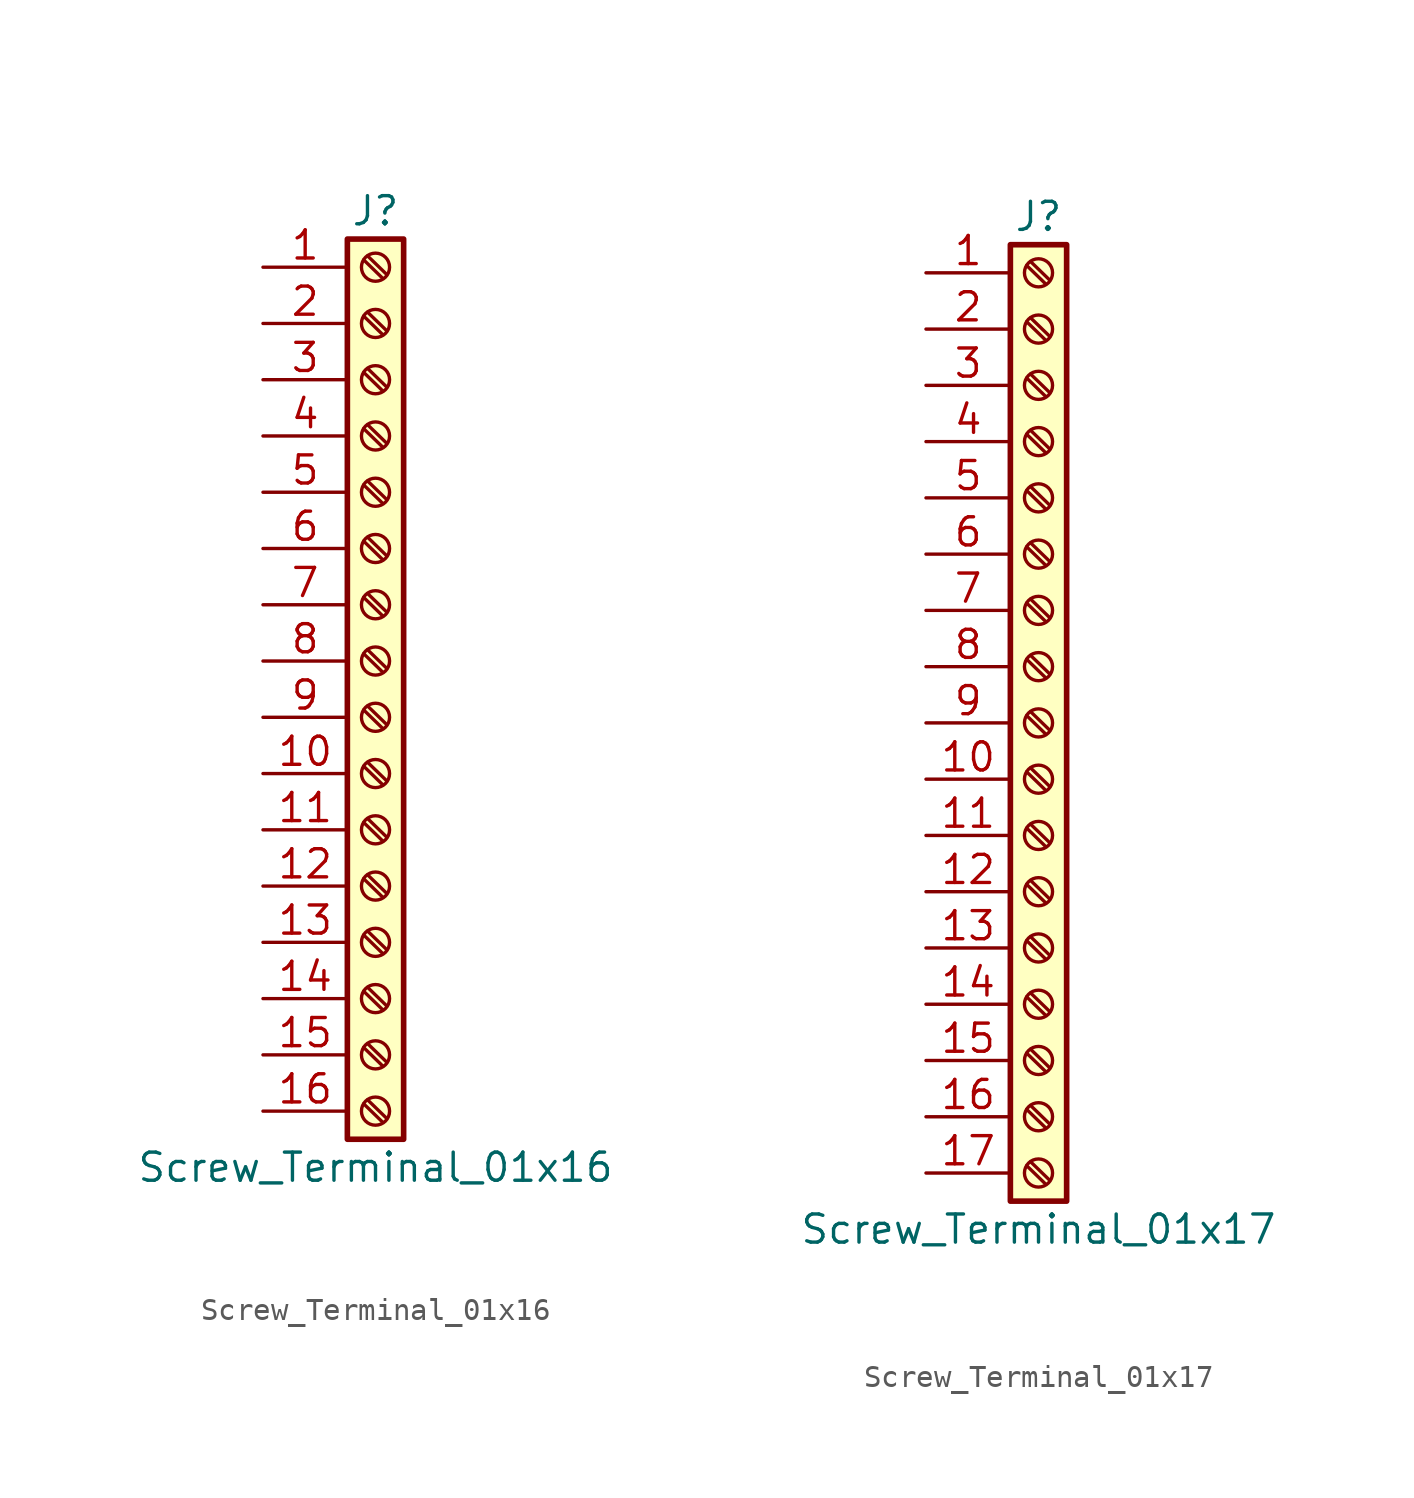
<source format=kicad_sym>
(kicad_symbol_lib
  (version 20220914)
  (generator kicad_symbol_editor)
  (symbol "Screw_Terminal_01x16"
    (pin_names
      (offset 1.016) hide)
    (property "Reference" "J"
      (at 0 20.32 0)
      (effects (font (size 1.27 1.27))))
    (property "Value" "Screw_Terminal_01x16"
      (at 0 -22.86 0)
      (effects (font (size 1.27 1.27))))
    (symbol "Screw_Terminal_01x16_1_1"
      (rectangle (start -1.27 19.05) (end 1.27 -21.59) (stroke (width 0.254) (type default)) (fill (type background)))
      (circle (center 0 -20.32) (radius 0.635) (stroke (width 0.152) (type default)) (fill (type none)))
      (circle (center 0 -17.78) (radius 0.635) (stroke (width 0.152) (type default)) (fill (type none)))
      (circle (center 0 -15.24) (radius 0.635) (stroke (width 0.152) (type default)) (fill (type none)))
      (circle (center 0 -12.7) (radius 0.635) (stroke (width 0.152) (type default)) (fill (type none)))
      (circle (center 0 -10.16) (radius 0.635) (stroke (width 0.152) (type default)) (fill (type none)))
      (circle (center 0 -7.62) (radius 0.635) (stroke (width 0.152) (type default)) (fill (type none)))
      (circle (center 0 -5.08) (radius 0.635) (stroke (width 0.152) (type default)) (fill (type none)))
      (circle (center 0 -2.54) (radius 0.635) (stroke (width 0.152) (type default)) (fill (type none)))
      (polyline (pts (xy -0.533 -19.99) (xy 0.33 -20.828)) (stroke (width 0.152) (type default)) (fill (type none)))
      (polyline (pts (xy -0.533 -17.45) (xy 0.33 -18.288)) (stroke (width 0.152) (type default)) (fill (type none)))
      (polyline (pts (xy -0.533 -14.91) (xy 0.33 -15.748)) (stroke (width 0.152) (type default)) (fill (type none)))
      (polyline (pts (xy -0.533 -12.37) (xy 0.33 -13.208)) (stroke (width 0.152) (type default)) (fill (type none)))
      (polyline (pts (xy -0.533 -9.83) (xy 0.33 -10.668)) (stroke (width 0.152) (type default)) (fill (type none)))
      (polyline (pts (xy -0.533 -7.29) (xy 0.33 -8.128)) (stroke (width 0.152) (type default)) (fill (type none)))
      (polyline (pts (xy -0.533 -4.75) (xy 0.33 -5.588)) (stroke (width 0.152) (type default)) (fill (type none)))
      (polyline (pts (xy -0.533 -2.21) (xy 0.33 -3.048)) (stroke (width 0.152) (type default)) (fill (type none)))
      (polyline (pts (xy -0.533 0.33) (xy 0.33 -0.508)) (stroke (width 0.152) (type default)) (fill (type none)))
      (polyline (pts (xy -0.533 2.87) (xy 0.33 2.032)) (stroke (width 0.152) (type default)) (fill (type none)))
      (polyline (pts (xy -0.533 5.41) (xy 0.33 4.572)) (stroke (width 0.152) (type default)) (fill (type none)))
      (polyline (pts (xy -0.533 7.95) (xy 0.33 7.112)) (stroke (width 0.152) (type default)) (fill (type none)))
      (polyline (pts (xy -0.533 10.49) (xy 0.33 9.652)) (stroke (width 0.152) (type default)) (fill (type none)))
      (polyline (pts (xy -0.533 13.03) (xy 0.33 12.192)) (stroke (width 0.152) (type default)) (fill (type none)))
      (polyline (pts (xy -0.533 15.57) (xy 0.33 14.732)) (stroke (width 0.152) (type default)) (fill (type none)))
      (polyline (pts (xy -0.533 18.11) (xy 0.33 17.272)) (stroke (width 0.152) (type default)) (fill (type none)))
      (polyline (pts (xy -0.356 -19.812) (xy 0.508 -20.65)) (stroke (width 0.152) (type default)) (fill (type none)))
      (polyline (pts (xy -0.356 -17.272) (xy 0.508 -18.11)) (stroke (width 0.152) (type default)) (fill (type none)))
      (polyline (pts (xy -0.356 -14.732) (xy 0.508 -15.57)) (stroke (width 0.152) (type default)) (fill (type none)))
      (polyline (pts (xy -0.356 -12.192) (xy 0.508 -13.03)) (stroke (width 0.152) (type default)) (fill (type none)))
      (polyline (pts (xy -0.356 -9.652) (xy 0.508 -10.49)) (stroke (width 0.152) (type default)) (fill (type none)))
      (polyline (pts (xy -0.356 -7.112) (xy 0.508 -7.95)) (stroke (width 0.152) (type default)) (fill (type none)))
      (polyline (pts (xy -0.356 -4.572) (xy 0.508 -5.41)) (stroke (width 0.152) (type default)) (fill (type none)))
      (polyline (pts (xy -0.356 -2.032) (xy 0.508 -2.87)) (stroke (width 0.152) (type default)) (fill (type none)))
      (polyline (pts (xy -0.356 0.508) (xy 0.508 -0.33)) (stroke (width 0.152) (type default)) (fill (type none)))
      (polyline (pts (xy -0.356 3.048) (xy 0.508 2.21)) (stroke (width 0.152) (type default)) (fill (type none)))
      (polyline (pts (xy -0.356 5.588) (xy 0.508 4.75)) (stroke (width 0.152) (type default)) (fill (type none)))
      (polyline (pts (xy -0.356 8.128) (xy 0.508 7.29)) (stroke (width 0.152) (type default)) (fill (type none)))
      (polyline (pts (xy -0.356 10.668) (xy 0.508 9.83)) (stroke (width 0.152) (type default)) (fill (type none)))
      (polyline (pts (xy -0.356 13.208) (xy 0.508 12.37)) (stroke (width 0.152) (type default)) (fill (type none)))
      (polyline (pts (xy -0.356 15.748) (xy 0.508 14.91)) (stroke (width 0.152) (type default)) (fill (type none)))
      (polyline (pts (xy -0.356 18.288) (xy 0.508 17.45)) (stroke (width 0.152) (type default)) (fill (type none)))
      (circle (center 0 0) (radius 0.635) (stroke (width 0.152) (type default)) (fill (type none)))
      (circle (center 0 2.54) (radius 0.635) (stroke (width 0.152) (type default)) (fill (type none)))
      (circle (center 0 5.08) (radius 0.635) (stroke (width 0.152) (type default)) (fill (type none)))
      (circle (center 0 7.62) (radius 0.635) (stroke (width 0.152) (type default)) (fill (type none)))
      (circle (center 0 10.16) (radius 0.635) (stroke (width 0.152) (type default)) (fill (type none)))
      (circle (center 0 12.7) (radius 0.635) (stroke (width 0.152) (type default)) (fill (type none)))
      (circle (center 0 15.24) (radius 0.635) (stroke (width 0.152) (type default)) (fill (type none)))
      (circle (center 0 17.78) (radius 0.635) (stroke (width 0.152) (type default)) (fill (type none)))
      (pin passive line (at -5.08 17.78 0) (length 3.81) (name "Pin_1" (effects (font (size 1.27 1.27)))) (number "1" (effects (font (size 1.27 1.27)))))
      (pin passive line (at -5.08 -5.08 0) (length 3.81) (name "Pin_10" (effects (font (size 1.27 1.27)))) (number "10" (effects (font (size 1.27 1.27)))))
      (pin passive line (at -5.08 -7.62 0) (length 3.81) (name "Pin_11" (effects (font (size 1.27 1.27)))) (number "11" (effects (font (size 1.27 1.27)))))
      (pin passive line (at -5.08 -10.16 0) (length 3.81) (name "Pin_12" (effects (font (size 1.27 1.27)))) (number "12" (effects (font (size 1.27 1.27)))))
      (pin passive line (at -5.08 -12.7 0) (length 3.81) (name "Pin_13" (effects (font (size 1.27 1.27)))) (number "13" (effects (font (size 1.27 1.27)))))
      (pin passive line (at -5.08 -15.24 0) (length 3.81) (name "Pin_14" (effects (font (size 1.27 1.27)))) (number "14" (effects (font (size 1.27 1.27)))))
      (pin passive line (at -5.08 -17.78 0) (length 3.81) (name "Pin_15" (effects (font (size 1.27 1.27)))) (number "15" (effects (font (size 1.27 1.27)))))
      (pin passive line (at -5.08 -20.32 0) (length 3.81) (name "Pin_16" (effects (font (size 1.27 1.27)))) (number "16" (effects (font (size 1.27 1.27)))))
      (pin passive line (at -5.08 15.24 0) (length 3.81) (name "Pin_2" (effects (font (size 1.27 1.27)))) (number "2" (effects (font (size 1.27 1.27)))))
      (pin passive line (at -5.08 12.7 0) (length 3.81) (name "Pin_3" (effects (font (size 1.27 1.27)))) (number "3" (effects (font (size 1.27 1.27)))))
      (pin passive line (at -5.08 10.16 0) (length 3.81) (name "Pin_4" (effects (font (size 1.27 1.27)))) (number "4" (effects (font (size 1.27 1.27)))))
      (pin passive line (at -5.08 7.62 0) (length 3.81) (name "Pin_5" (effects (font (size 1.27 1.27)))) (number "5" (effects (font (size 1.27 1.27)))))
      (pin passive line (at -5.08 5.08 0) (length 3.81) (name "Pin_6" (effects (font (size 1.27 1.27)))) (number "6" (effects (font (size 1.27 1.27)))))
      (pin passive line (at -5.08 2.54 0) (length 3.81) (name "Pin_7" (effects (font (size 1.27 1.27)))) (number "7" (effects (font (size 1.27 1.27)))))
      (pin passive line (at -5.08 0 0) (length 3.81) (name "Pin_8" (effects (font (size 1.27 1.27)))) (number "8" (effects (font (size 1.27 1.27)))))
      (pin passive line (at -5.08 -2.54 0) (length 3.81) (name "Pin_9" (effects (font (size 1.27 1.27)))) (number "9" (effects (font (size 1.27 1.27)))))))
  (symbol "Screw_Terminal_01x17"
    (pin_names
      (offset 1.016) hide)
    (property "Reference" "J"
      (at 0 22.86 0)
      (effects (font (size 1.27 1.27))))
    (property "Value" "Screw_Terminal_01x17"
      (at 0 -22.86 0)
      (effects (font (size 1.27 1.27))))
    (symbol "Screw_Terminal_01x17_1_1"
      (rectangle (start -1.27 21.59) (end 1.27 -21.59) (stroke (width 0.254) (type default)) (fill (type background)))
      (circle (center 0 -20.32) (radius 0.635) (stroke (width 0.152) (type default)) (fill (type none)))
      (circle (center 0 -17.78) (radius 0.635) (stroke (width 0.152) (type default)) (fill (type none)))
      (circle (center 0 -15.24) (radius 0.635) (stroke (width 0.152) (type default)) (fill (type none)))
      (circle (center 0 -12.7) (radius 0.635) (stroke (width 0.152) (type default)) (fill (type none)))
      (circle (center 0 -10.16) (radius 0.635) (stroke (width 0.152) (type default)) (fill (type none)))
      (circle (center 0 -7.62) (radius 0.635) (stroke (width 0.152) (type default)) (fill (type none)))
      (circle (center 0 -5.08) (radius 0.635) (stroke (width 0.152) (type default)) (fill (type none)))
      (circle (center 0 -2.54) (radius 0.635) (stroke (width 0.152) (type default)) (fill (type none)))
      (polyline (pts (xy -0.533 -19.99) (xy 0.33 -20.828)) (stroke (width 0.152) (type default)) (fill (type none)))
      (polyline (pts (xy -0.533 -17.45) (xy 0.33 -18.288)) (stroke (width 0.152) (type default)) (fill (type none)))
      (polyline (pts (xy -0.533 -14.91) (xy 0.33 -15.748)) (stroke (width 0.152) (type default)) (fill (type none)))
      (polyline (pts (xy -0.533 -12.37) (xy 0.33 -13.208)) (stroke (width 0.152) (type default)) (fill (type none)))
      (polyline (pts (xy -0.533 -9.83) (xy 0.33 -10.668)) (stroke (width 0.152) (type default)) (fill (type none)))
      (polyline (pts (xy -0.533 -7.29) (xy 0.33 -8.128)) (stroke (width 0.152) (type default)) (fill (type none)))
      (polyline (pts (xy -0.533 -4.75) (xy 0.33 -5.588)) (stroke (width 0.152) (type default)) (fill (type none)))
      (polyline (pts (xy -0.533 -2.21) (xy 0.33 -3.048)) (stroke (width 0.152) (type default)) (fill (type none)))
      (polyline (pts (xy -0.533 0.33) (xy 0.33 -0.508)) (stroke (width 0.152) (type default)) (fill (type none)))
      (polyline (pts (xy -0.533 2.87) (xy 0.33 2.032)) (stroke (width 0.152) (type default)) (fill (type none)))
      (polyline (pts (xy -0.533 5.41) (xy 0.33 4.572)) (stroke (width 0.152) (type default)) (fill (type none)))
      (polyline (pts (xy -0.533 7.95) (xy 0.33 7.112)) (stroke (width 0.152) (type default)) (fill (type none)))
      (polyline (pts (xy -0.533 10.49) (xy 0.33 9.652)) (stroke (width 0.152) (type default)) (fill (type none)))
      (polyline (pts (xy -0.533 13.03) (xy 0.33 12.192)) (stroke (width 0.152) (type default)) (fill (type none)))
      (polyline (pts (xy -0.533 15.57) (xy 0.33 14.732)) (stroke (width 0.152) (type default)) (fill (type none)))
      (polyline (pts (xy -0.533 18.11) (xy 0.33 17.272)) (stroke (width 0.152) (type default)) (fill (type none)))
      (polyline (pts (xy -0.533 20.65) (xy 0.33 19.812)) (stroke (width 0.152) (type default)) (fill (type none)))
      (polyline (pts (xy -0.356 -19.812) (xy 0.508 -20.65)) (stroke (width 0.152) (type default)) (fill (type none)))
      (polyline (pts (xy -0.356 -17.272) (xy 0.508 -18.11)) (stroke (width 0.152) (type default)) (fill (type none)))
      (polyline (pts (xy -0.356 -14.732) (xy 0.508 -15.57)) (stroke (width 0.152) (type default)) (fill (type none)))
      (polyline (pts (xy -0.356 -12.192) (xy 0.508 -13.03)) (stroke (width 0.152) (type default)) (fill (type none)))
      (polyline (pts (xy -0.356 -9.652) (xy 0.508 -10.49)) (stroke (width 0.152) (type default)) (fill (type none)))
      (polyline (pts (xy -0.356 -7.112) (xy 0.508 -7.95)) (stroke (width 0.152) (type default)) (fill (type none)))
      (polyline (pts (xy -0.356 -4.572) (xy 0.508 -5.41)) (stroke (width 0.152) (type default)) (fill (type none)))
      (polyline (pts (xy -0.356 -2.032) (xy 0.508 -2.87)) (stroke (width 0.152) (type default)) (fill (type none)))
      (polyline (pts (xy -0.356 0.508) (xy 0.508 -0.33)) (stroke (width 0.152) (type default)) (fill (type none)))
      (polyline (pts (xy -0.356 3.048) (xy 0.508 2.21)) (stroke (width 0.152) (type default)) (fill (type none)))
      (polyline (pts (xy -0.356 5.588) (xy 0.508 4.75)) (stroke (width 0.152) (type default)) (fill (type none)))
      (polyline (pts (xy -0.356 8.128) (xy 0.508 7.29)) (stroke (width 0.152) (type default)) (fill (type none)))
      (polyline (pts (xy -0.356 10.668) (xy 0.508 9.83)) (stroke (width 0.152) (type default)) (fill (type none)))
      (polyline (pts (xy -0.356 13.208) (xy 0.508 12.37)) (stroke (width 0.152) (type default)) (fill (type none)))
      (polyline (pts (xy -0.356 15.748) (xy 0.508 14.91)) (stroke (width 0.152) (type default)) (fill (type none)))
      (polyline (pts (xy -0.356 18.288) (xy 0.508 17.45)) (stroke (width 0.152) (type default)) (fill (type none)))
      (polyline (pts (xy -0.356 20.828) (xy 0.508 19.99)) (stroke (width 0.152) (type default)) (fill (type none)))
      (circle (center 0 0) (radius 0.635) (stroke (width 0.152) (type default)) (fill (type none)))
      (circle (center 0 2.54) (radius 0.635) (stroke (width 0.152) (type default)) (fill (type none)))
      (circle (center 0 5.08) (radius 0.635) (stroke (width 0.152) (type default)) (fill (type none)))
      (circle (center 0 7.62) (radius 0.635) (stroke (width 0.152) (type default)) (fill (type none)))
      (circle (center 0 10.16) (radius 0.635) (stroke (width 0.152) (type default)) (fill (type none)))
      (circle (center 0 12.7) (radius 0.635) (stroke (width 0.152) (type default)) (fill (type none)))
      (circle (center 0 15.24) (radius 0.635) (stroke (width 0.152) (type default)) (fill (type none)))
      (circle (center 0 17.78) (radius 0.635) (stroke (width 0.152) (type default)) (fill (type none)))
      (circle (center 0 20.32) (radius 0.635) (stroke (width 0.152) (type default)) (fill (type none)))
      (pin passive line (at -5.08 20.32 0) (length 3.81) (name "Pin_1" (effects (font (size 1.27 1.27)))) (number "1" (effects (font (size 1.27 1.27)))))
      (pin passive line (at -5.08 -2.54 0) (length 3.81) (name "Pin_10" (effects (font (size 1.27 1.27)))) (number "10" (effects (font (size 1.27 1.27)))))
      (pin passive line (at -5.08 -5.08 0) (length 3.81) (name "Pin_11" (effects (font (size 1.27 1.27)))) (number "11" (effects (font (size 1.27 1.27)))))
      (pin passive line (at -5.08 -7.62 0) (length 3.81) (name "Pin_12" (effects (font (size 1.27 1.27)))) (number "12" (effects (font (size 1.27 1.27)))))
      (pin passive line (at -5.08 -10.16 0) (length 3.81) (name "Pin_13" (effects (font (size 1.27 1.27)))) (number "13" (effects (font (size 1.27 1.27)))))
      (pin passive line (at -5.08 -12.7 0) (length 3.81) (name "Pin_14" (effects (font (size 1.27 1.27)))) (number "14" (effects (font (size 1.27 1.27)))))
      (pin passive line (at -5.08 -15.24 0) (length 3.81) (name "Pin_15" (effects (font (size 1.27 1.27)))) (number "15" (effects (font (size 1.27 1.27)))))
      (pin passive line (at -5.08 -17.78 0) (length 3.81) (name "Pin_16" (effects (font (size 1.27 1.27)))) (number "16" (effects (font (size 1.27 1.27)))))
      (pin passive line (at -5.08 -20.32 0) (length 3.81) (name "Pin_17" (effects (font (size 1.27 1.27)))) (number "17" (effects (font (size 1.27 1.27)))))
      (pin passive line (at -5.08 17.78 0) (length 3.81) (name "Pin_2" (effects (font (size 1.27 1.27)))) (number "2" (effects (font (size 1.27 1.27)))))
      (pin passive line (at -5.08 15.24 0) (length 3.81) (name "Pin_3" (effects (font (size 1.27 1.27)))) (number "3" (effects (font (size 1.27 1.27)))))
      (pin passive line (at -5.08 12.7 0) (length 3.81) (name "Pin_4" (effects (font (size 1.27 1.27)))) (number "4" (effects (font (size 1.27 1.27)))))
      (pin passive line (at -5.08 10.16 0) (length 3.81) (name "Pin_5" (effects (font (size 1.27 1.27)))) (number "5" (effects (font (size 1.27 1.27)))))
      (pin passive line (at -5.08 7.62 0) (length 3.81) (name "Pin_6" (effects (font (size 1.27 1.27)))) (number "6" (effects (font (size 1.27 1.27)))))
      (pin passive line (at -5.08 5.08 0) (length 3.81) (name "Pin_7" (effects (font (size 1.27 1.27)))) (number "7" (effects (font (size 1.27 1.27)))))
      (pin passive line (at -5.08 2.54 0) (length 3.81) (name "Pin_8" (effects (font (size 1.27 1.27)))) (number "8" (effects (font (size 1.27 1.27)))))
      (pin passive line (at -5.08 0 0) (length 3.81) (name "Pin_9" (effects (font (size 1.27 1.27)))) (number "9" (effects (font (size 1.27 1.27))))))))
</source>
